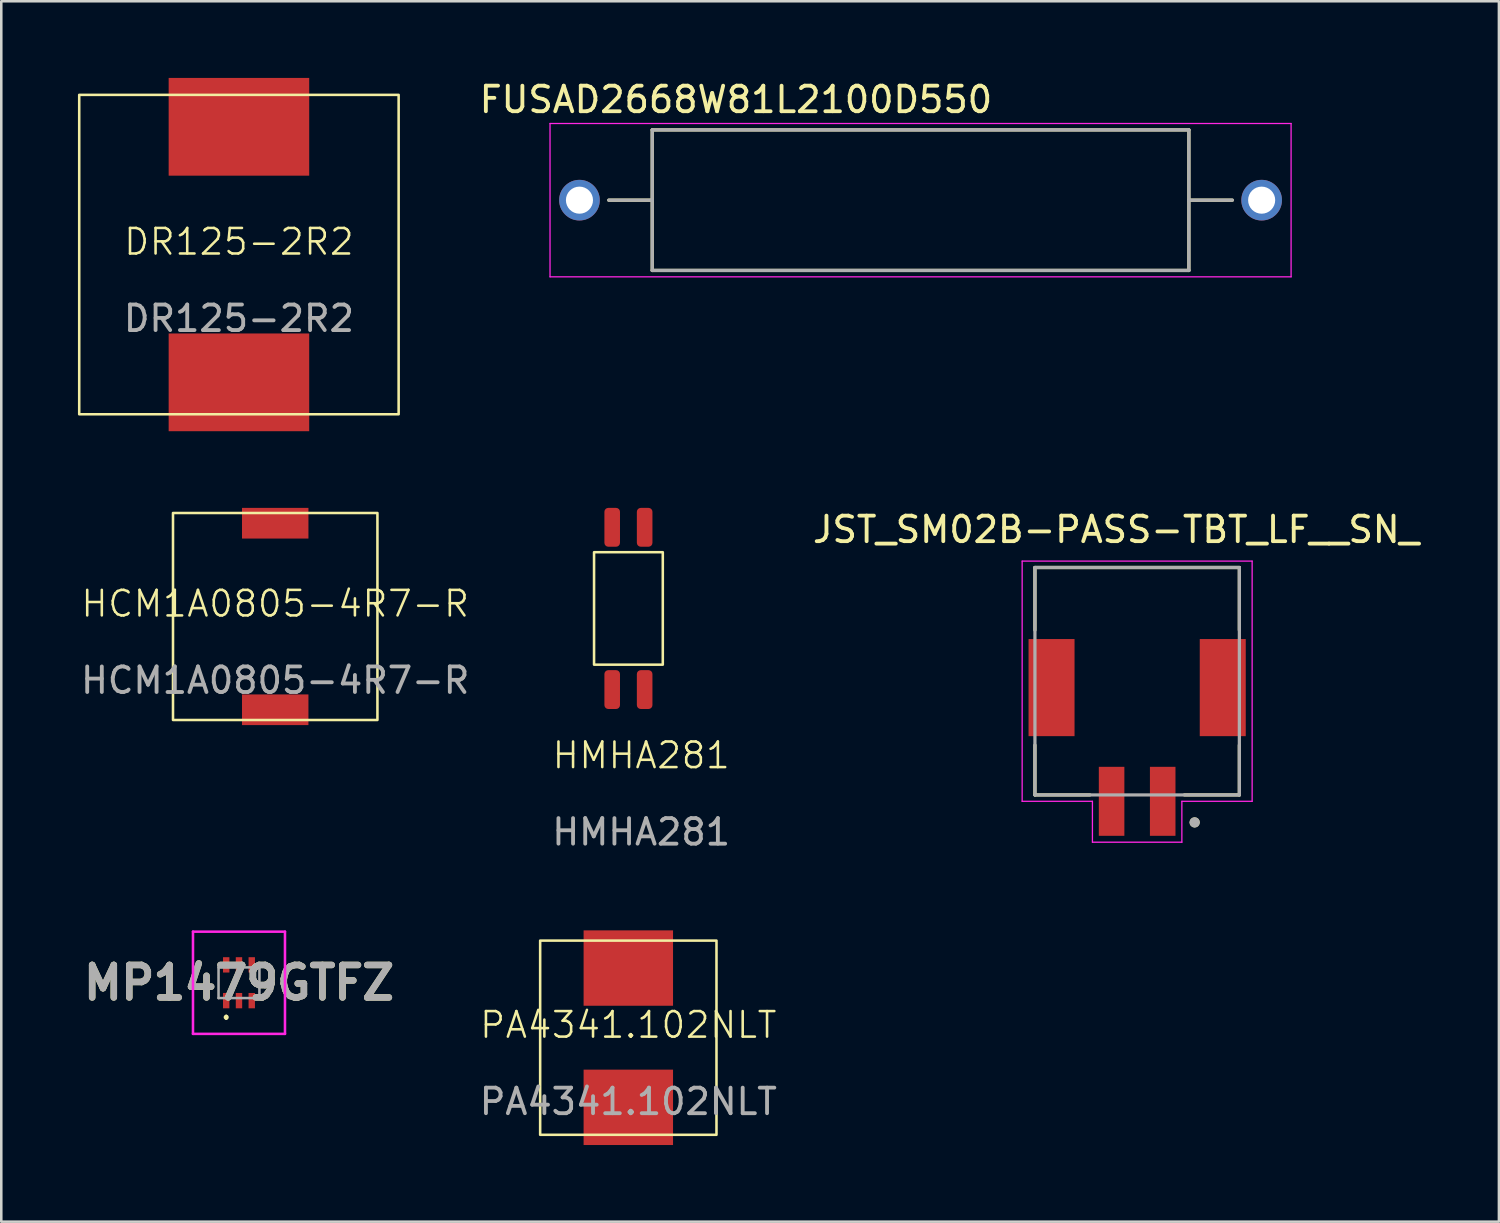
<source format=kicad_pcb>
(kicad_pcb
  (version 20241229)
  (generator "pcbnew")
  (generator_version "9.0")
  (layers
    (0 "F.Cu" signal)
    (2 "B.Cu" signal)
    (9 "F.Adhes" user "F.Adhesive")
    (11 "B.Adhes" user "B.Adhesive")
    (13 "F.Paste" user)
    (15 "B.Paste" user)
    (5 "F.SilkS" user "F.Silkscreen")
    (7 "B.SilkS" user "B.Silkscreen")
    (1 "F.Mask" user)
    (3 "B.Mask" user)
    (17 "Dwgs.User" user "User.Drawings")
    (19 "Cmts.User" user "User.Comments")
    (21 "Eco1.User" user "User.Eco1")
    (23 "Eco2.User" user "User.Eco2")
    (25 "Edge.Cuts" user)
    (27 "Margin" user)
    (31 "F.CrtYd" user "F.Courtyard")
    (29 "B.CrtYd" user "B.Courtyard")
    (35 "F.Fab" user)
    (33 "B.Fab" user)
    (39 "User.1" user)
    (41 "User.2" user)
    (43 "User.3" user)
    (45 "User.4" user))
  (footprint "DR125-2R2"
    (layer "F.Cu")
    (at 6.3 6.912)
    (property "Reference" "DR125-2R2" (at 0 -0.5 0) (unlocked yes) (layer "F.SilkS") (effects (font (size 1 1) (thickness 0.1))))
    (attr smd)
    (fp_rect (start -6.25 -6.25) (end 6.25 6.25) (stroke (width 0.1) (type default)) (fill no) (layer "F.SilkS"))
    (fp_text user "${REFERENCE}" (at 0 2.5 0) (unlocked yes) (layer "F.Fab") (effects (font (size 1 1) (thickness 0.15))))
    (pad "1" smd rect (at 0 -5) (size 5.5 3.825) (layers "F.Cu" "F.Mask" "F.Paste"))
    (pad "2" smd rect (at 0 5) (size 5.5 3.825) (layers "F.Cu" "F.Mask" "F.Paste")))
  (footprint "JST_SM02B-PASS-TBT_LF__SN_"
    (layer "F.Cu")
    (at 41.45 24.408)
    (property "Reference" "JST_SM02B-PASS-TBT_LF__SN_" (at -0.825 -6.735 0) (layer "F.SilkS") (effects (font (size 1 1) (thickness 0.15))))
    (attr smd)
    (fp_line (start -4 -5.25) (end 4 -5.25) (stroke (width 0.127) (type solid)) (layer "F.SilkS"))
    (fp_line (start -4 -2.8) (end -4 -5.25) (stroke (width 0.127) (type solid)) (layer "F.SilkS"))
    (fp_line (start -4 1.7) (end -4 3.65) (stroke (width 0.127) (type solid)) (layer "F.SilkS"))
    (fp_line (start -4 3.65) (end -1.85 3.65) (stroke (width 0.127) (type solid)) (layer "F.SilkS"))
    (fp_line (start 4 -5.25) (end 4 -2.8) (stroke (width 0.127) (type solid)) (layer "F.SilkS"))
    (fp_line (start 4 1.7) (end 4 3.65) (stroke (width 0.127) (type solid)) (layer "F.SilkS"))
    (fp_line (start 4 3.65) (end 1.85 3.65) (stroke (width 0.127) (type solid)) (layer "F.SilkS"))
    (fp_circle (center 2.25 4.725) (end 2.35 4.725) (stroke (width 0.2) (type solid)) (fill no) (layer "F.SilkS"))
    (fp_line (start -4.5 -5.5) (end -4.5 3.9) (stroke (width 0.05) (type solid)) (layer "F.CrtYd"))
    (fp_line (start -4.5 3.9) (end -1.75 3.9) (stroke (width 0.05) (type solid)) (layer "F.CrtYd"))
    (fp_line (start -1.75 3.9) (end -1.75 5.5) (stroke (width 0.05) (type solid)) (layer "F.CrtYd"))
    (fp_line (start -1.75 5.5) (end 1.75 5.5) (stroke (width 0.05) (type solid)) (layer "F.CrtYd"))
    (fp_line (start 1.75 3.9) (end 4.5 3.9) (stroke (width 0.05) (type solid)) (layer "F.CrtYd"))
    (fp_line (start 1.75 5.5) (end 1.75 3.9) (stroke (width 0.05) (type solid)) (layer "F.CrtYd"))
    (fp_line (start 4.5 -5.5) (end -4.5 -5.5) (stroke (width 0.05) (type solid)) (layer "F.CrtYd"))
    (fp_line (start 4.5 3.9) (end 4.5 -5.5) (stroke (width 0.05) (type solid)) (layer "F.CrtYd"))
    (fp_line (start -4 -5.25) (end -4 3.65) (stroke (width 0.127) (type solid)) (layer "F.Fab"))
    (fp_line (start -4 -5.25) (end 4 -5.25) (stroke (width 0.127) (type solid)) (layer "F.Fab"))
    (fp_line (start -4 3.65) (end 4 3.65) (stroke (width 0.127) (type solid)) (layer "F.Fab"))
    (fp_line (start 4 3.65) (end 4 -5.25) (stroke (width 0.127) (type solid)) (layer "F.Fab"))
    (fp_circle (center 2.25 4.725) (end 2.35 4.725) (stroke (width 0.2) (type solid)) (fill no) (layer "F.Fab"))
    (pad "1" smd rect (at 1 3.9) (size 1 2.7) (layers "F.Cu" "F.Mask" "F.Paste"))
    (pad "2" smd rect (at -1 3.9) (size 1 2.7) (layers "F.Cu" "F.Mask" "F.Paste"))
    (pad "S1" smd rect (at 3.35 -0.55) (size 1.8 3.8) (layers "F.Cu" "F.Mask" "F.Paste"))
    (pad "S2" smd rect (at -3.35 -0.55) (size 1.8 3.8) (layers "F.Cu" "F.Mask" "F.Paste")))
  (footprint "HMHA281"
    (layer "F.Cu")
    (at 21.542 20.76)
    (property "Reference" "HMHA281" (at 0.5 5.75 0) (unlocked yes) (layer "F.SilkS") (effects (font (size 1 1) (thickness 0.1))))
    (attr smd)
    (fp_rect (start -1.345 -2.2) (end 1.345 2.2) (stroke (width 0.1) (type default)) (fill no) (layer "F.SilkS"))
    (fp_text user "${REFERENCE}" (at 0.5 8.75 0) (unlocked yes) (layer "F.Fab") (effects (font (size 1 1) (thickness 0.15))))
    (pad "" smd roundrect (at 0.635 -3.175) (size 0.61 1.52) (layers "F.Cu" "F.Mask" "F.Paste") (roundrect_rratio 0.25))
    (pad "1" smd roundrect (at -0.635 3.175) (size 0.61 1.52) (layers "F.Cu" "F.Mask" "F.Paste") (roundrect_rratio 0.25))
    (pad "2" smd roundrect (at 0.635 3.175) (size 0.61 1.52) (layers "F.Cu" "F.Mask" "F.Paste") (roundrect_rratio 0.25))
    (pad "3" smd roundrect (at -0.635 -3.175) (size 0.61 1.52) (layers "F.Cu" "F.Mask" "F.Paste") (roundrect_rratio 0.25)))
  (footprint "FUSAD2668W81L2100D550"
    (layer "F.Cu")
    (at 32.974 4.783)
    (property "Reference" "FUSAD2668W81L2100D550" (at -7.225 -3.935 0) (layer "F.SilkS") (effects (font (size 1 1) (thickness 0.15))))
    (attr through_hole)
    (fp_line (start -12.2 0) (end -10.5 0) (stroke (width 0.127) (type solid)) (layer "F.SilkS"))
    (fp_line (start -10.5 -2.75) (end 10.5 -2.75) (stroke (width 0.127) (type solid)) (layer "F.SilkS"))
    (fp_line (start -10.5 0) (end -10.5 -2.75) (stroke (width 0.127) (type solid)) (layer "F.SilkS"))
    (fp_line (start -10.5 2.75) (end -10.5 0) (stroke (width 0.127) (type solid)) (layer "F.SilkS"))
    (fp_line (start 10.5 -2.75) (end 10.5 0) (stroke (width 0.127) (type solid)) (layer "F.SilkS"))
    (fp_line (start 10.5 0) (end 10.5 2.75) (stroke (width 0.127) (type solid)) (layer "F.SilkS"))
    (fp_line (start 10.5 2.75) (end -10.5 2.75) (stroke (width 0.127) (type solid)) (layer "F.SilkS"))
    (fp_line (start 12.2 0) (end 10.5 0) (stroke (width 0.127) (type solid)) (layer "F.SilkS"))
    (fp_line (start -14.5 -3) (end 14.5 -3) (stroke (width 0.05) (type solid)) (layer "F.CrtYd"))
    (fp_line (start -14.5 3) (end -14.5 -3) (stroke (width 0.05) (type solid)) (layer "F.CrtYd"))
    (fp_line (start 14.5 -3) (end 14.5 3) (stroke (width 0.05) (type solid)) (layer "F.CrtYd"))
    (fp_line (start 14.5 3) (end -14.5 3) (stroke (width 0.05) (type solid)) (layer "F.CrtYd"))
    (fp_line (start -12.2 0) (end -10.5 0) (stroke (width 0.127) (type solid)) (layer "F.Fab"))
    (fp_line (start -10.5 -2.75) (end 10.5 -2.75) (stroke (width 0.127) (type solid)) (layer "F.Fab"))
    (fp_line (start -10.5 0) (end -10.5 -2.75) (stroke (width 0.127) (type solid)) (layer "F.Fab"))
    (fp_line (start -10.5 2.75) (end -10.5 0) (stroke (width 0.127) (type solid)) (layer "F.Fab"))
    (fp_line (start 10.5 -2.75) (end 10.5 0) (stroke (width 0.127) (type solid)) (layer "F.Fab"))
    (fp_line (start 10.5 0) (end 10.5 2.75) (stroke (width 0.127) (type solid)) (layer "F.Fab"))
    (fp_line (start 10.5 2.75) (end -10.5 2.75) (stroke (width 0.127) (type solid)) (layer "F.Fab"))
    (fp_line (start 12.2 0) (end 10.5 0) (stroke (width 0.127) (type solid)) (layer "F.Fab"))
    (pad "1" thru_hole circle (at -13.348 0) (size 1.59 1.59) (drill 1.06) (layers "*.Cu" "*.Mask"))
    (pad "2" thru_hole circle (at 13.348 0) (size 1.59 1.59) (drill 1.06) (layers "*.Cu" "*.Mask")))
  (footprint "MP1479GTFZ"
    (layer "F.Cu")
    (at 6.302 35.408)
    (property "Reference" "MP1479GTFZ" (at 0 0 0) (layer "F.SilkS") (effects (font (size 1.27 1.27) (thickness 0.254))))
    (attr smd)
    (fp_line (start -0.5 1.3) (end -0.5 1.3) (stroke (width 0.1) (type solid)) (layer "F.SilkS"))
    (fp_line (start -0.5 1.4) (end -0.5 1.4) (stroke (width 0.1) (type solid)) (layer "F.SilkS"))
    (fp_arc (start -0.5 1.3) (mid -0.45 1.35) (end -0.5 1.4) (stroke (width 0.1) (type solid)) (layer "F.SilkS"))
    (fp_arc (start -0.5 1.4) (mid -0.55 1.35) (end -0.5 1.3) (stroke (width 0.1) (type solid)) (layer "F.SilkS"))
    (fp_line (start -1.8 -2) (end 1.8 -2) (stroke (width 0.1) (type solid)) (layer "F.CrtYd"))
    (fp_line (start -1.8 2) (end -1.8 -2) (stroke (width 0.1) (type solid)) (layer "F.CrtYd"))
    (fp_line (start 1.8 -2) (end 1.8 2) (stroke (width 0.1) (type solid)) (layer "F.CrtYd"))
    (fp_line (start 1.8 2) (end -1.8 2) (stroke (width 0.1) (type solid)) (layer "F.CrtYd"))
    (fp_line (start -0.8 -0.6) (end 0.8 -0.6) (stroke (width 0.1) (type solid)) (layer "F.Fab"))
    (fp_line (start -0.8 0.6) (end -0.8 -0.6) (stroke (width 0.1) (type solid)) (layer "F.Fab"))
    (fp_line (start 0.8 -0.6) (end 0.8 0.6) (stroke (width 0.1) (type solid)) (layer "F.Fab"))
    (fp_line (start 0.8 0.6) (end -0.8 0.6) (stroke (width 0.1) (type solid)) (layer "F.Fab"))
    (fp_text user "${REFERENCE}" (at 0 0 0) (layer "F.Fab") (effects (font (size 1.27 1.27) (thickness 0.254))))
    (pad "1" smd rect (at -0.5 0.7) (size 0.25 0.6) (layers "F.Cu" "F.Mask" "F.Paste"))
    (pad "2" smd rect (at 0 0.7) (size 0.25 0.6) (layers "F.Cu" "F.Mask" "F.Paste"))
    (pad "3" smd rect (at 0.5 0.7) (size 0.25 0.6) (layers "F.Cu" "F.Mask" "F.Paste"))
    (pad "4" smd rect (at 0.5 -0.7) (size 0.25 0.6) (layers "F.Cu" "F.Mask" "F.Paste"))
    (pad "5" smd rect (at 0 -0.7) (size 0.25 0.6) (layers "F.Cu" "F.Mask" "F.Paste"))
    (pad "6" smd rect (at -0.5 -0.7) (size 0.25 0.6) (layers "F.Cu" "F.Mask" "F.Paste")))
  (footprint "HCM1A0805-4R7-R"
    (layer "F.Cu")
    (at 7.72 21.075)
    (property "Reference" "HCM1A0805-4R7-R" (at 0 -0.5 0) (unlocked yes) (layer "F.SilkS") (effects (font (size 1 1) (thickness 0.1))))
    (attr smd)
    (fp_rect (start -4 -4.05) (end 4 4.05) (stroke (width 0.1) (type default)) (fill no) (layer "F.SilkS"))
    (fp_text user "${REFERENCE}" (at 0 2.5 0) (unlocked yes) (layer "F.Fab") (effects (font (size 1 1) (thickness 0.15))))
    (pad "1" smd rect (at 0 -3.65) (size 2.6 1.2) (layers "F.Cu" "F.Mask" "F.Paste"))
    (pad "2" smd rect (at 0 3.65) (size 2.6 1.2) (layers "F.Cu" "F.Mask" "F.Paste")))
  (footprint "PA4341.102NLT"
    (layer "F.Cu")
    (at 21.538 37.558)
    (property "Reference" "PA4341.102NLT" (at 0 -0.5 0) (unlocked yes) (layer "F.SilkS") (effects (font (size 1 1) (thickness 0.1))))
    (attr smd)
    (fp_rect (start -3.45 -3.8) (end 3.45 3.8) (stroke (width 0.1) (type default)) (fill no) (layer "F.SilkS"))
    (fp_text user "${REFERENCE}" (at 0 2.5 0) (unlocked yes) (layer "F.Fab") (effects (font (size 1 1) (thickness 0.15))))
    (pad "1" smd rect (at 0 -2.725) (size 3.5 2.95) (layers "F.Cu" "F.Mask" "F.Paste"))
    (pad "2" smd rect (at 0 2.725) (size 3.5 2.95) (layers "F.Cu" "F.Mask" "F.Paste")))
  (gr_rect
    (start -3 -3)
    (end 55.607 44.758)
    (stroke (width 0.1) (type default))
    (fill no)
    (layer "Edge.Cuts")))
</source>
